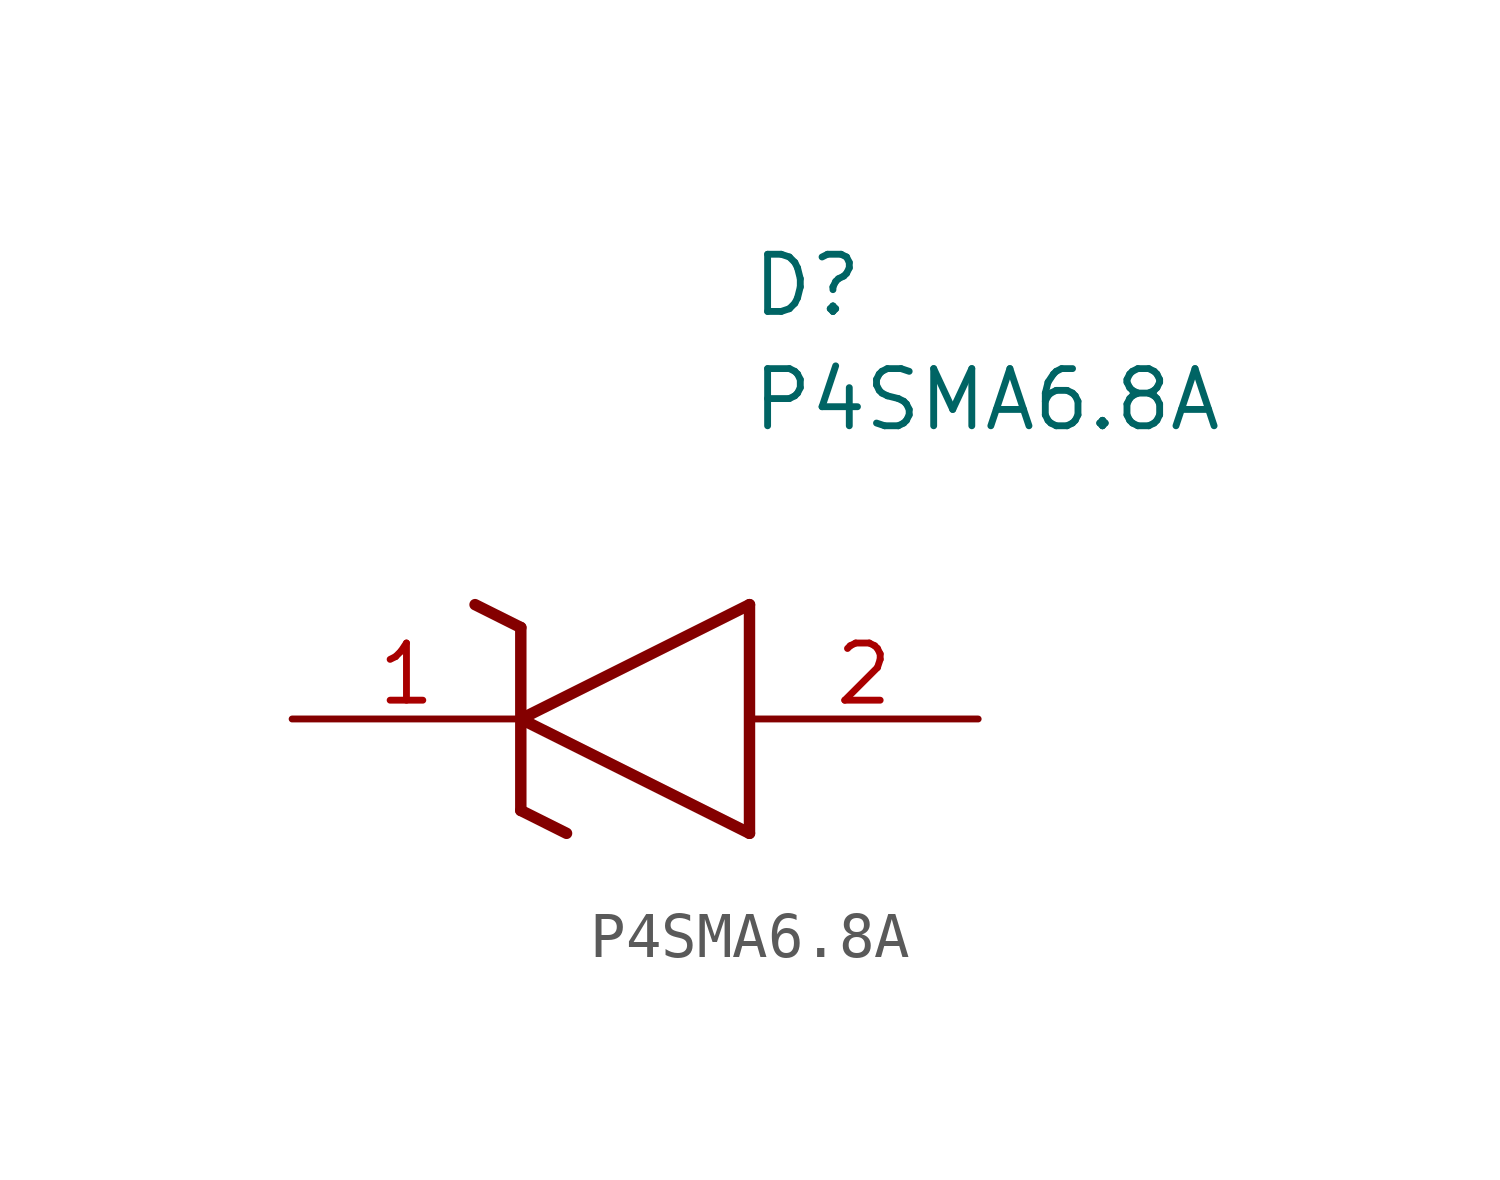
<source format=kicad_sym>
(kicad_symbol_lib
  (version 20211014)
  (generator SamacSys_ECAD_Model)
  (symbol "P4SMA6.8A"
    (pin_names hide)
    (property "Reference" "D"
      (at 10.16 8.89 0)
      (effects (font (size 1.27 1.27)) (justify left bottom)))
    (property "Value" "P4SMA6.8A"
      (at 10.16 6.35 0)
      (effects (font (size 1.27 1.27)) (justify left bottom)))
    (polyline
      (pts (xy 5.08 0) (xy 10.16 2.54))
      (stroke (width 0.254) (type default))
      (fill (type none)))
    (polyline
      (pts (xy 10.16 -2.54) (xy 10.16 2.54))
      (stroke (width 0.254) (type default))
      (fill (type none)))
    (polyline
      (pts (xy 10.16 -2.54) (xy 5.08 0))
      (stroke (width 0.254) (type default))
      (fill (type none)))
    (polyline
      (pts (xy 5.08 -2.032) (xy 6.096 -2.54))
      (stroke (width 0.254) (type default))
      (fill (type none)))
    (polyline
      (pts (xy 5.08 -2.032) (xy 5.08 2.032))
      (stroke (width 0.254) (type default))
      (fill (type none)))
    (polyline
      (pts (xy 4.064 2.54) (xy 5.08 2.032))
      (stroke (width 0.254) (type default))
      (fill (type none)))
    (pin passive line
      (at 0 0 0)
      (length 5.08)
      (name "K" (effects (font (size 1.27 1.27))))
      (number "1" (effects (font (size 1.27 1.27)))))
    (pin passive line
      (at 15.24 0 180)
      (length 5.08)
      (name "A" (effects (font (size 1.27 1.27))))
      (number "2" (effects (font (size 1.27 1.27)))))))
</source>
